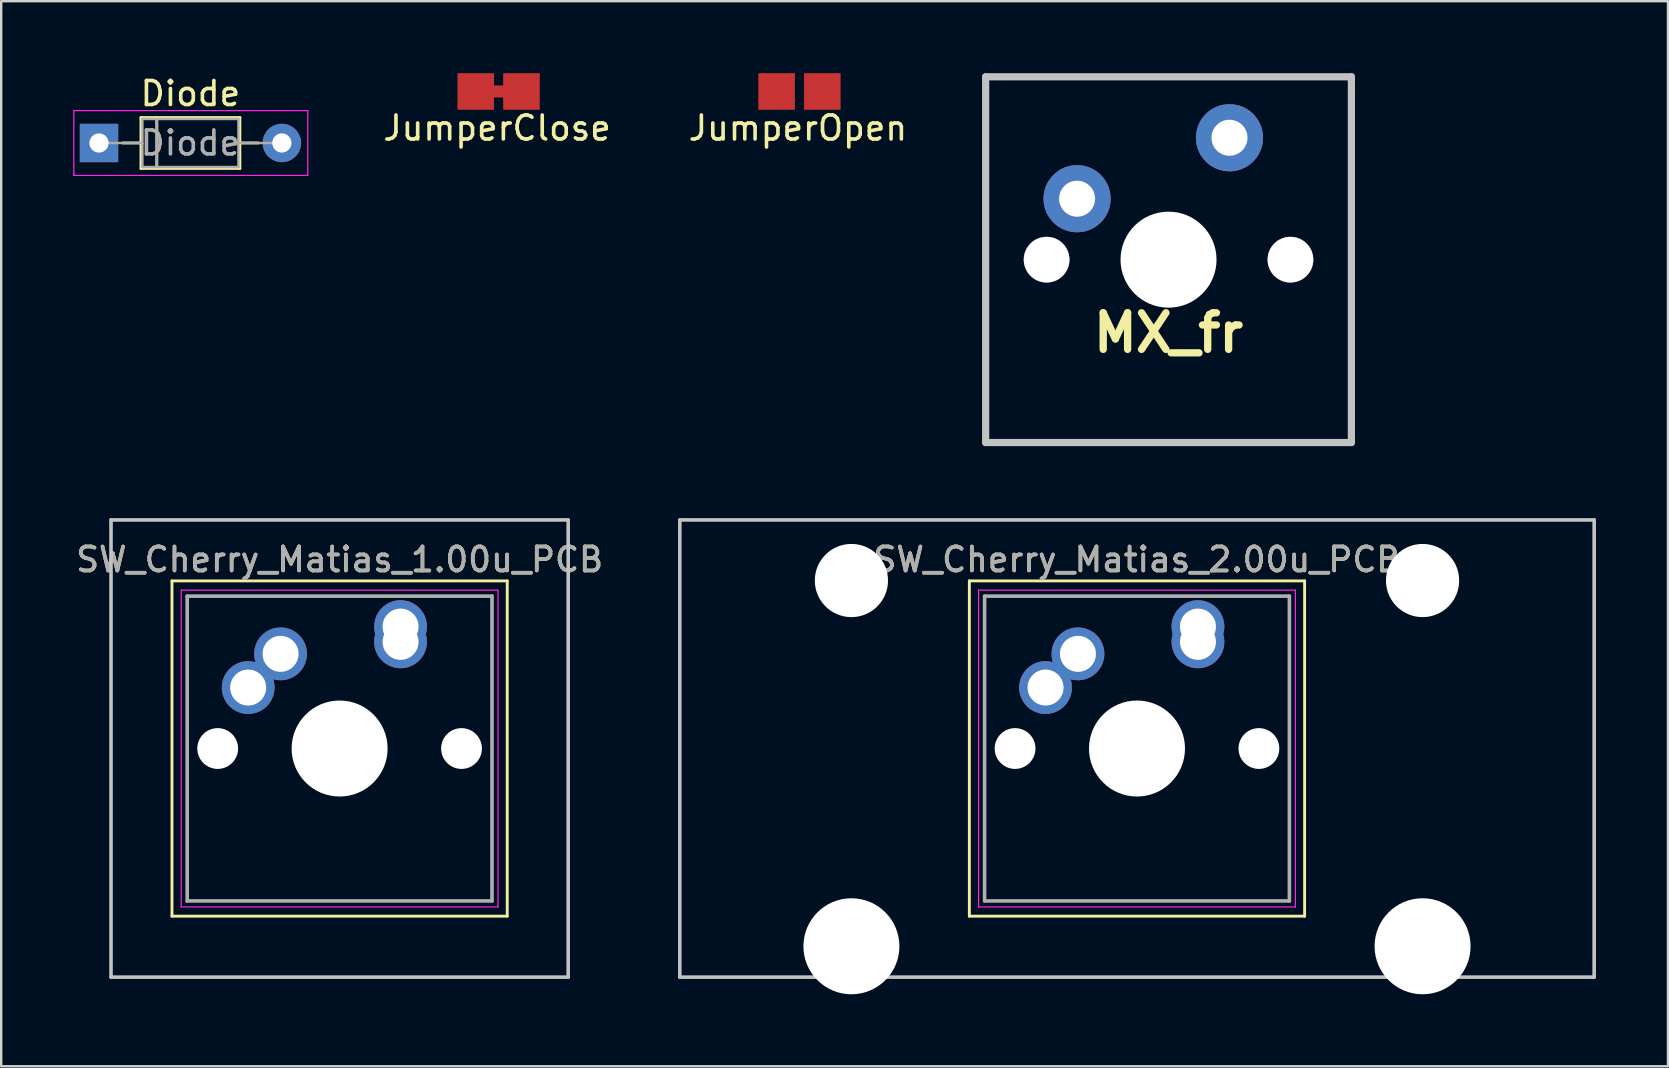
<source format=kicad_pcb>
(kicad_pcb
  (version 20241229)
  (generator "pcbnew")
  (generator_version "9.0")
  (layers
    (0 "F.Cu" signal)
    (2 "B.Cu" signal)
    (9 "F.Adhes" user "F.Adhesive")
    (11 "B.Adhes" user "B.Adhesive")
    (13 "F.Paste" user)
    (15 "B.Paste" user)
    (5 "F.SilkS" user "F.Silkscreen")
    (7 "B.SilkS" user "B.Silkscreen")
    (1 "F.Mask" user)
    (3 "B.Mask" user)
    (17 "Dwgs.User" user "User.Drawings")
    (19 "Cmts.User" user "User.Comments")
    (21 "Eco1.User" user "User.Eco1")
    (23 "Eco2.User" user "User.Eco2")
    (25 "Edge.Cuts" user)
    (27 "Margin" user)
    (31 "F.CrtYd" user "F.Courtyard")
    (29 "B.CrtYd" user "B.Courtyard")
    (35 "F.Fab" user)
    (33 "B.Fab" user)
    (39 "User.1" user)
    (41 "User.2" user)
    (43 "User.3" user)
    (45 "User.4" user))
  (footprint "SW_Cherry_Matias_2.00u_PCB"
    (layer "F.Cu")
    (at 44.327 28.14)
    (property "Reference" "SW_Cherry_Matias_2.00u_PCB" (at 0 -7.874 0) (layer "F.SilkS") (effects (font (size 1 1) (thickness 0.15))))
    (attr through_hole)
    (fp_line (start -6.985 -6.985) (end 6.985 -6.985) (stroke (width 0.12) (type solid)) (layer "F.SilkS"))
    (fp_line (start -6.985 6.985) (end -6.985 -6.985) (stroke (width 0.12) (type solid)) (layer "F.SilkS"))
    (fp_line (start 6.985 -6.985) (end 6.985 6.985) (stroke (width 0.12) (type solid)) (layer "F.SilkS"))
    (fp_line (start 6.985 6.985) (end -6.985 6.985) (stroke (width 0.12) (type solid)) (layer "F.SilkS"))
    (fp_line (start -19.05 -9.525) (end 19.05 -9.525) (stroke (width 0.15) (type solid)) (layer "Dwgs.User"))
    (fp_line (start -19.05 9.525) (end -19.05 -9.525) (stroke (width 0.15) (type solid)) (layer "Dwgs.User"))
    (fp_line (start 19.05 -9.525) (end 19.05 9.525) (stroke (width 0.15) (type solid)) (layer "Dwgs.User"))
    (fp_line (start 19.05 9.525) (end -19.05 9.525) (stroke (width 0.15) (type solid)) (layer "Dwgs.User"))
    (fp_line (start -6.6 -6.6) (end 6.6 -6.6) (stroke (width 0.05) (type solid)) (layer "F.CrtYd"))
    (fp_line (start -6.6 6.6) (end -6.6 -6.6) (stroke (width 0.05) (type solid)) (layer "F.CrtYd"))
    (fp_line (start 6.6 -6.6) (end 6.6 6.6) (stroke (width 0.05) (type solid)) (layer "F.CrtYd"))
    (fp_line (start 6.6 6.6) (end -6.6 6.6) (stroke (width 0.05) (type solid)) (layer "F.CrtYd"))
    (fp_line (start -6.35 -6.35) (end 6.35 -6.35) (stroke (width 0.15) (type solid)) (layer "F.Fab"))
    (fp_line (start -6.35 6.35) (end -6.35 -6.35) (stroke (width 0.15) (type solid)) (layer "F.Fab"))
    (fp_line (start 6.35 -6.35) (end 6.35 6.35) (stroke (width 0.15) (type solid)) (layer "F.Fab"))
    (fp_line (start 6.35 6.35) (end -6.35 6.35) (stroke (width 0.15) (type solid)) (layer "F.Fab"))
    (fp_text user "${REFERENCE}" (at 0 -7.874 0) (layer "F.Fab") (effects (font (size 1 1) (thickness 0.15))))
    (pad "" np_thru_hole circle (at -11.9 -7) (size 3.05 3.05) (drill 3.05) (layers "*.Cu" "*.Mask"))
    (pad "" np_thru_hole circle (at -11.9 8.24) (size 4 4) (drill 4) (layers "*.Cu" "*.Mask"))
    (pad "" np_thru_hole circle (at -5.08 0) (size 1.7 1.7) (drill 1.7) (layers "*.Cu" "*.Mask"))
    (pad "" np_thru_hole circle (at 0 0) (size 4 4) (drill 4) (layers "*.Cu" "*.Mask"))
    (pad "" np_thru_hole circle (at 5.08 0) (size 1.7 1.7) (drill 1.7) (layers "*.Cu" "*.Mask"))
    (pad "" np_thru_hole circle (at 11.9 -7) (size 3.05 3.05) (drill 3.05) (layers "*.Cu" "*.Mask"))
    (pad "" np_thru_hole circle (at 11.9 8.24) (size 4 4) (drill 4) (layers "*.Cu" "*.Mask"))
    (pad "1" thru_hole circle (at 2.54 -5.08) (size 2.2 2.2) (drill 1.5) (layers "*.Cu" "*.Mask"))
    (pad "1" thru_hole circle (at 2.54 -4.445) (size 2.2 2.2) (drill 1.5) (layers "*.Cu" "*.Mask"))
    (pad "2" thru_hole circle (at -3.81 -2.54) (size 2.2 2.2) (drill 1.5) (layers "*.Cu" "*.Mask"))
    (pad "2" thru_hole circle (at -2.46 -3.945) (size 2.2 2.2) (drill 1.5) (layers "*.Cu" "*.Mask")))
  (footprint "JumperClose"
    (layer "F.Cu")
    (at 17.663 0.762)
    (property "Reference" "JumperClose" (at 0 1.524 0) (layer "F.SilkS") (effects (font (size 1 1) (thickness 0.15))))
    (attr through_hole)
    (pad "" connect rect (at 0.064 0) (size 1 0.5) (layers "F.Cu"))
    (pad "1" smd rect (at -0.889 0) (size 1.524 1.524) (layers "F.Cu" "F.Mask" "F.Paste"))
    (pad "2" smd rect (at 1.016 0) (size 1.524 1.524) (layers "F.Cu" "F.Mask" "F.Paste")))
  (footprint "MX_fr"
    (layer "F.Cu")
    (at 45.641 7.77)
    (property "Reference" "MX_fr" (at 0 3.048 0) (layer "F.SilkS") (effects (font (size 1.524 1.524) (thickness 0.305))))
    (attr through_hole)
    (fp_line (start -7.62 -7.62) (end 7.62 -7.62) (stroke (width 0.3) (type solid)) (layer "Dwgs.User"))
    (fp_line (start -7.62 7.62) (end -7.62 -7.62) (stroke (width 0.3) (type solid)) (layer "Dwgs.User"))
    (fp_line (start 7.62 -7.62) (end 7.62 7.62) (stroke (width 0.3) (type solid)) (layer "Dwgs.User"))
    (fp_line (start 7.62 7.62) (end -7.62 7.62) (stroke (width 0.3) (type solid)) (layer "Dwgs.User"))
    (pad "" np_thru_hole circle (at -5.08 0) (size 1.91 1.91) (drill 1.9) (layers "*.Cu" "*.Mask"))
    (pad "" np_thru_hole circle (at 0 0) (size 4 4) (drill 4) (layers "*.Cu" "*.Mask"))
    (pad "" np_thru_hole circle (at 5.08 0) (size 1.91 1.91) (drill 1.9) (layers "*.Cu" "*.Mask"))
    (pad "1" thru_hole circle (at -3.81 -2.54) (size 2.8 2.8) (drill 1.5) (layers "*.Cu" "*.Mask"))
    (pad "2" thru_hole circle (at 2.54 -5.08) (size 2.8 2.8) (drill 1.5) (layers "*.Cu" "*.Mask")))
  (footprint "SW_Cherry_Matias_1.00u_PCB"
    (layer "F.Cu")
    (at 11.101 28.14)
    (property "Reference" "SW_Cherry_Matias_1.00u_PCB" (at 0 -7.874 0) (layer "F.SilkS") (effects (font (size 1 1) (thickness 0.15))))
    (attr through_hole)
    (fp_line (start -6.985 -6.985) (end 6.985 -6.985) (stroke (width 0.12) (type solid)) (layer "F.SilkS"))
    (fp_line (start -6.985 6.985) (end -6.985 -6.985) (stroke (width 0.12) (type solid)) (layer "F.SilkS"))
    (fp_line (start 6.985 -6.985) (end 6.985 6.985) (stroke (width 0.12) (type solid)) (layer "F.SilkS"))
    (fp_line (start 6.985 6.985) (end -6.985 6.985) (stroke (width 0.12) (type solid)) (layer "F.SilkS"))
    (fp_line (start -9.525 -9.525) (end 9.525 -9.525) (stroke (width 0.15) (type solid)) (layer "Dwgs.User"))
    (fp_line (start -9.525 9.525) (end -9.525 -9.525) (stroke (width 0.15) (type solid)) (layer "Dwgs.User"))
    (fp_line (start 9.525 -9.525) (end 9.525 9.525) (stroke (width 0.15) (type solid)) (layer "Dwgs.User"))
    (fp_line (start 9.525 9.525) (end -9.525 9.525) (stroke (width 0.15) (type solid)) (layer "Dwgs.User"))
    (fp_line (start -6.6 -6.6) (end 6.6 -6.6) (stroke (width 0.05) (type solid)) (layer "F.CrtYd"))
    (fp_line (start -6.6 6.6) (end -6.6 -6.6) (stroke (width 0.05) (type solid)) (layer "F.CrtYd"))
    (fp_line (start 6.6 -6.6) (end 6.6 6.6) (stroke (width 0.05) (type solid)) (layer "F.CrtYd"))
    (fp_line (start 6.6 6.6) (end -6.6 6.6) (stroke (width 0.05) (type solid)) (layer "F.CrtYd"))
    (fp_line (start -6.35 -6.35) (end 6.35 -6.35) (stroke (width 0.15) (type solid)) (layer "F.Fab"))
    (fp_line (start -6.35 6.35) (end -6.35 -6.35) (stroke (width 0.15) (type solid)) (layer "F.Fab"))
    (fp_line (start 6.35 -6.35) (end 6.35 6.35) (stroke (width 0.15) (type solid)) (layer "F.Fab"))
    (fp_line (start 6.35 6.35) (end -6.35 6.35) (stroke (width 0.15) (type solid)) (layer "F.Fab"))
    (fp_text user "${REFERENCE}" (at 0 -7.874 0) (layer "F.Fab") (effects (font (size 1 1) (thickness 0.15))))
    (pad "" np_thru_hole circle (at -5.08 0) (size 1.7 1.7) (drill 1.7) (layers "*.Cu" "*.Mask"))
    (pad "" np_thru_hole circle (at 0 0) (size 4 4) (drill 4) (layers "*.Cu" "*.Mask"))
    (pad "" np_thru_hole circle (at 5.08 0) (size 1.7 1.7) (drill 1.7) (layers "*.Cu" "*.Mask"))
    (pad "1" thru_hole circle (at 2.54 -5.08) (size 2.2 2.2) (drill 1.5) (layers "*.Cu" "*.Mask"))
    (pad "1" thru_hole circle (at 2.54 -4.445) (size 2.2 2.2) (drill 1.5) (layers "*.Cu" "*.Mask"))
    (pad "2" thru_hole circle (at -3.81 -2.54) (size 2.2 2.2) (drill 1.5) (layers "*.Cu" "*.Mask"))
    (pad "2" thru_hole circle (at -2.46 -3.945) (size 2.2 2.2) (drill 1.5) (layers "*.Cu" "*.Mask")))
  (footprint "Diode"
    (layer "F.Cu")
    (at 1.075 2.908)
    (property "Reference" "Diode" (at 3.81 -2.06 0) (layer "F.SilkS") (effects (font (size 1 1) (thickness 0.15))))
    (attr through_hole)
    (fp_line (start 0.98 0) (end 1.75 0) (stroke (width 0.12) (type solid)) (layer "F.SilkS"))
    (fp_line (start 1.75 -1.06) (end 1.75 1.06) (stroke (width 0.12) (type solid)) (layer "F.SilkS"))
    (fp_line (start 1.75 1.06) (end 5.87 1.06) (stroke (width 0.12) (type solid)) (layer "F.SilkS"))
    (fp_line (start 2.41 -1.06) (end 2.41 1.06) (stroke (width 0.12) (type solid)) (layer "F.SilkS"))
    (fp_line (start 5.87 -1.06) (end 1.75 -1.06) (stroke (width 0.12) (type solid)) (layer "F.SilkS"))
    (fp_line (start 5.87 1.06) (end 5.87 -1.06) (stroke (width 0.12) (type solid)) (layer "F.SilkS"))
    (fp_line (start 6.64 0) (end 5.87 0) (stroke (width 0.12) (type solid)) (layer "F.SilkS"))
    (fp_line (start -1.05 -1.35) (end -1.05 1.35) (stroke (width 0.05) (type solid)) (layer "F.CrtYd"))
    (fp_line (start -1.05 1.35) (end 8.7 1.35) (stroke (width 0.05) (type solid)) (layer "F.CrtYd"))
    (fp_line (start 8.7 -1.35) (end -1.05 -1.35) (stroke (width 0.05) (type solid)) (layer "F.CrtYd"))
    (fp_line (start 8.7 1.35) (end 8.7 -1.35) (stroke (width 0.05) (type solid)) (layer "F.CrtYd"))
    (fp_line (start 0 0) (end 1.81 0) (stroke (width 0.1) (type solid)) (layer "F.Fab"))
    (fp_line (start 1.81 -1) (end 1.81 1) (stroke (width 0.1) (type solid)) (layer "F.Fab"))
    (fp_line (start 1.81 1) (end 5.81 1) (stroke (width 0.1) (type solid)) (layer "F.Fab"))
    (fp_line (start 2.41 -1) (end 2.41 1) (stroke (width 0.1) (type solid)) (layer "F.Fab"))
    (fp_line (start 5.81 -1) (end 1.81 -1) (stroke (width 0.1) (type solid)) (layer "F.Fab"))
    (fp_line (start 5.81 1) (end 5.81 -1) (stroke (width 0.1) (type solid)) (layer "F.Fab"))
    (fp_line (start 7.62 0) (end 5.81 0) (stroke (width 0.1) (type solid)) (layer "F.Fab"))
    (fp_text user "${REFERENCE}" (at 3.81 0 0) (layer "F.Fab") (effects (font (size 1 1) (thickness 0.15))))
    (pad "1" thru_hole rect (at 0 0) (size 1.6 1.6) (drill 0.8) (layers "*.Cu" "*.Mask"))
    (pad "2" thru_hole oval (at 7.62 0) (size 1.6 1.6) (drill 0.8) (layers "*.Cu" "*.Mask")))
  (footprint "JumperOpen"
    (layer "F.Cu")
    (at 30.199 0.762)
    (property "Reference" "JumperOpen" (at 0 1.524 0) (layer "F.SilkS") (effects (font (size 1 1) (thickness 0.15))))
    (attr through_hole)
    (pad "1" smd rect (at -0.889 0) (size 1.524 1.524) (layers "F.Cu" "F.Mask" "F.Paste"))
    (pad "2" smd rect (at 1.016 0) (size 1.524 1.524) (layers "F.Cu" "F.Mask" "F.Paste")))
  (gr_rect
    (start -3 -3)
    (end 66.452 41.38)
    (stroke (width 0.1) (type default))
    (fill no)
    (layer "Edge.Cuts")))
</source>
